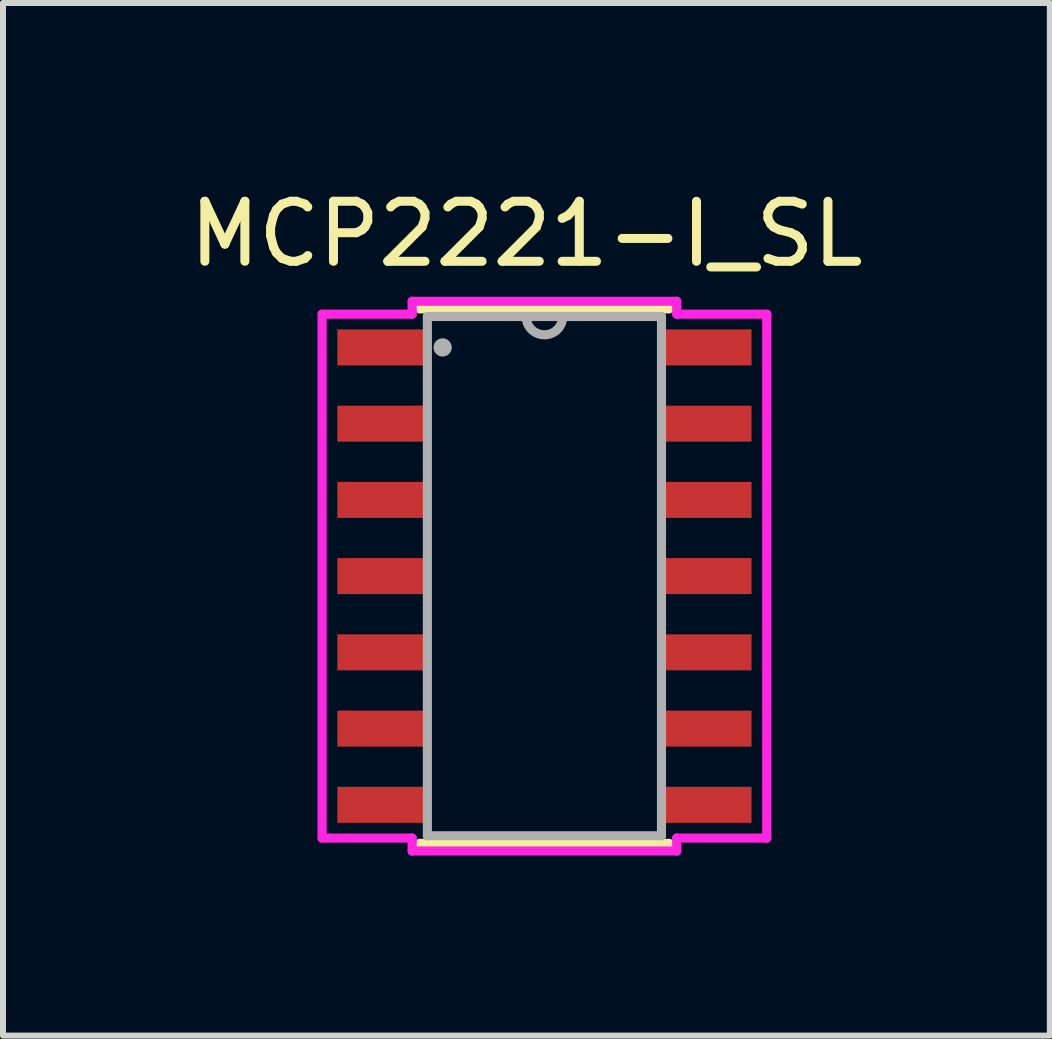
<source format=kicad_pcb>
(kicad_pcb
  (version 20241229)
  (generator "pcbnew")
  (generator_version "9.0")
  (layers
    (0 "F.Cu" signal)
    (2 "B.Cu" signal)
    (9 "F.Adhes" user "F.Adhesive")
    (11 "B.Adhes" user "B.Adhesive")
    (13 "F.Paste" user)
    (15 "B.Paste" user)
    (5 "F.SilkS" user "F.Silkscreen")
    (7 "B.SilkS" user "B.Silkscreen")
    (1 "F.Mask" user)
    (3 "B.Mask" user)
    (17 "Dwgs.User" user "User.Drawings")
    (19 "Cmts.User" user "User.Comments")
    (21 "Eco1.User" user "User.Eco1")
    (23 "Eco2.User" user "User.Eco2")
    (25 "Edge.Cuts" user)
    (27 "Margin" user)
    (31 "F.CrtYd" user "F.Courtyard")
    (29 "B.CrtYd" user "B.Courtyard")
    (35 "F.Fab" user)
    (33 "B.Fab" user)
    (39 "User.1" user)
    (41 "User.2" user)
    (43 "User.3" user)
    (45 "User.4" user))
  (footprint "MCP2221-I_SL"
    (layer "F.Cu")
    (at 6.02 6.548)
    (property "Reference" "MCP2221-I_SL" (at -0.3 -5.7 0) (layer "F.SilkS") (effects (font (size 1 1) (thickness 0.15))))
    (attr through_hole)
    (fp_line (start -2.077 4.452) (end 2.077 4.452) (stroke (width 0.152) (type solid)) (layer "F.SilkS"))
    (fp_line (start 2.077 -4.452) (end -2.077 -4.452) (stroke (width 0.152) (type solid)) (layer "F.SilkS"))
    (fp_line (start -3.704 -4.364) (end -2.204 -4.364) (stroke (width 0.152) (type solid)) (layer "F.CrtYd"))
    (fp_line (start -3.704 4.364) (end -3.704 -4.364) (stroke (width 0.152) (type solid)) (layer "F.CrtYd"))
    (fp_line (start -2.204 -4.579) (end 2.204 -4.579) (stroke (width 0.152) (type solid)) (layer "F.CrtYd"))
    (fp_line (start -2.204 -4.364) (end -2.204 -4.579) (stroke (width 0.152) (type solid)) (layer "F.CrtYd"))
    (fp_line (start -2.204 4.364) (end -3.704 4.364) (stroke (width 0.152) (type solid)) (layer "F.CrtYd"))
    (fp_line (start -2.204 4.579) (end -2.204 4.364) (stroke (width 0.152) (type solid)) (layer "F.CrtYd"))
    (fp_line (start 2.204 -4.579) (end 2.204 -4.364) (stroke (width 0.152) (type solid)) (layer "F.CrtYd"))
    (fp_line (start 2.204 -4.364) (end 3.704 -4.364) (stroke (width 0.152) (type solid)) (layer "F.CrtYd"))
    (fp_line (start 2.204 4.364) (end 2.204 4.579) (stroke (width 0.152) (type solid)) (layer "F.CrtYd"))
    (fp_line (start 2.204 4.579) (end -2.204 4.579) (stroke (width 0.152) (type solid)) (layer "F.CrtYd"))
    (fp_line (start 3.704 -4.364) (end 3.704 4.364) (stroke (width 0.152) (type solid)) (layer "F.CrtYd"))
    (fp_line (start 3.704 4.364) (end 2.204 4.364) (stroke (width 0.152) (type solid)) (layer "F.CrtYd"))
    (fp_line (start -1.95 -4.325) (end -1.95 4.325) (stroke (width 0.152) (type solid)) (layer "F.Fab"))
    (fp_line (start -1.95 4.325) (end 1.95 4.325) (stroke (width 0.152) (type solid)) (layer "F.Fab"))
    (fp_line (start 1.95 -4.325) (end -1.95 -4.325) (stroke (width 0.152) (type solid)) (layer "F.Fab"))
    (fp_line (start 1.95 4.325) (end 1.95 -4.325) (stroke (width 0.152) (type solid)) (layer "F.Fab"))
    (fp_arc (start 0.3048 -4.325) (mid 0 -4.0202) (end -0.3048 -4.325) (stroke (width 0.1524) (type solid)) (layer "F.Fab"))
    (fp_circle (center -1.696 -3.81) (end -1.696 -3.81) (stroke (width 0.152) (type solid)) (fill no) (layer "F.Fab"))
    (pad "1" smd rect (at -2.7 -3.81) (size 1.5 0.6) (layers "F.Cu" "F.Mask" "F.Paste"))
    (pad "2" smd rect (at -2.7 -2.54) (size 1.5 0.6) (layers "F.Cu" "F.Mask" "F.Paste"))
    (pad "3" smd rect (at -2.7 -1.27) (size 1.5 0.6) (layers "F.Cu" "F.Mask" "F.Paste"))
    (pad "4" smd rect (at -2.7 0) (size 1.5 0.6) (layers "F.Cu" "F.Mask" "F.Paste"))
    (pad "5" smd rect (at -2.7 1.27) (size 1.5 0.6) (layers "F.Cu" "F.Mask" "F.Paste"))
    (pad "6" smd rect (at -2.7 2.54) (size 1.5 0.6) (layers "F.Cu" "F.Mask" "F.Paste"))
    (pad "7" smd rect (at -2.7 3.81) (size 1.5 0.6) (layers "F.Cu" "F.Mask" "F.Paste"))
    (pad "8" smd rect (at 2.7 3.81) (size 1.5 0.6) (layers "F.Cu" "F.Mask" "F.Paste"))
    (pad "9" smd rect (at 2.7 2.54) (size 1.5 0.6) (layers "F.Cu" "F.Mask" "F.Paste"))
    (pad "10" smd rect (at 2.7 1.27) (size 1.5 0.6) (layers "F.Cu" "F.Mask" "F.Paste"))
    (pad "11" smd rect (at 2.7 0) (size 1.5 0.6) (layers "F.Cu" "F.Mask" "F.Paste"))
    (pad "12" smd rect (at 2.7 -1.27) (size 1.5 0.6) (layers "F.Cu" "F.Mask" "F.Paste"))
    (pad "13" smd rect (at 2.7 -2.54) (size 1.5 0.6) (layers "F.Cu" "F.Mask" "F.Paste"))
    (pad "14" smd rect (at 2.7 -3.81) (size 1.5 0.6) (layers "F.Cu" "F.Mask" "F.Paste")))
  (gr_rect
    (start -3 -3)
    (end 14.44 14.203)
    (stroke (width 0.1) (type default))
    (fill no)
    (layer "Edge.Cuts")))
</source>
